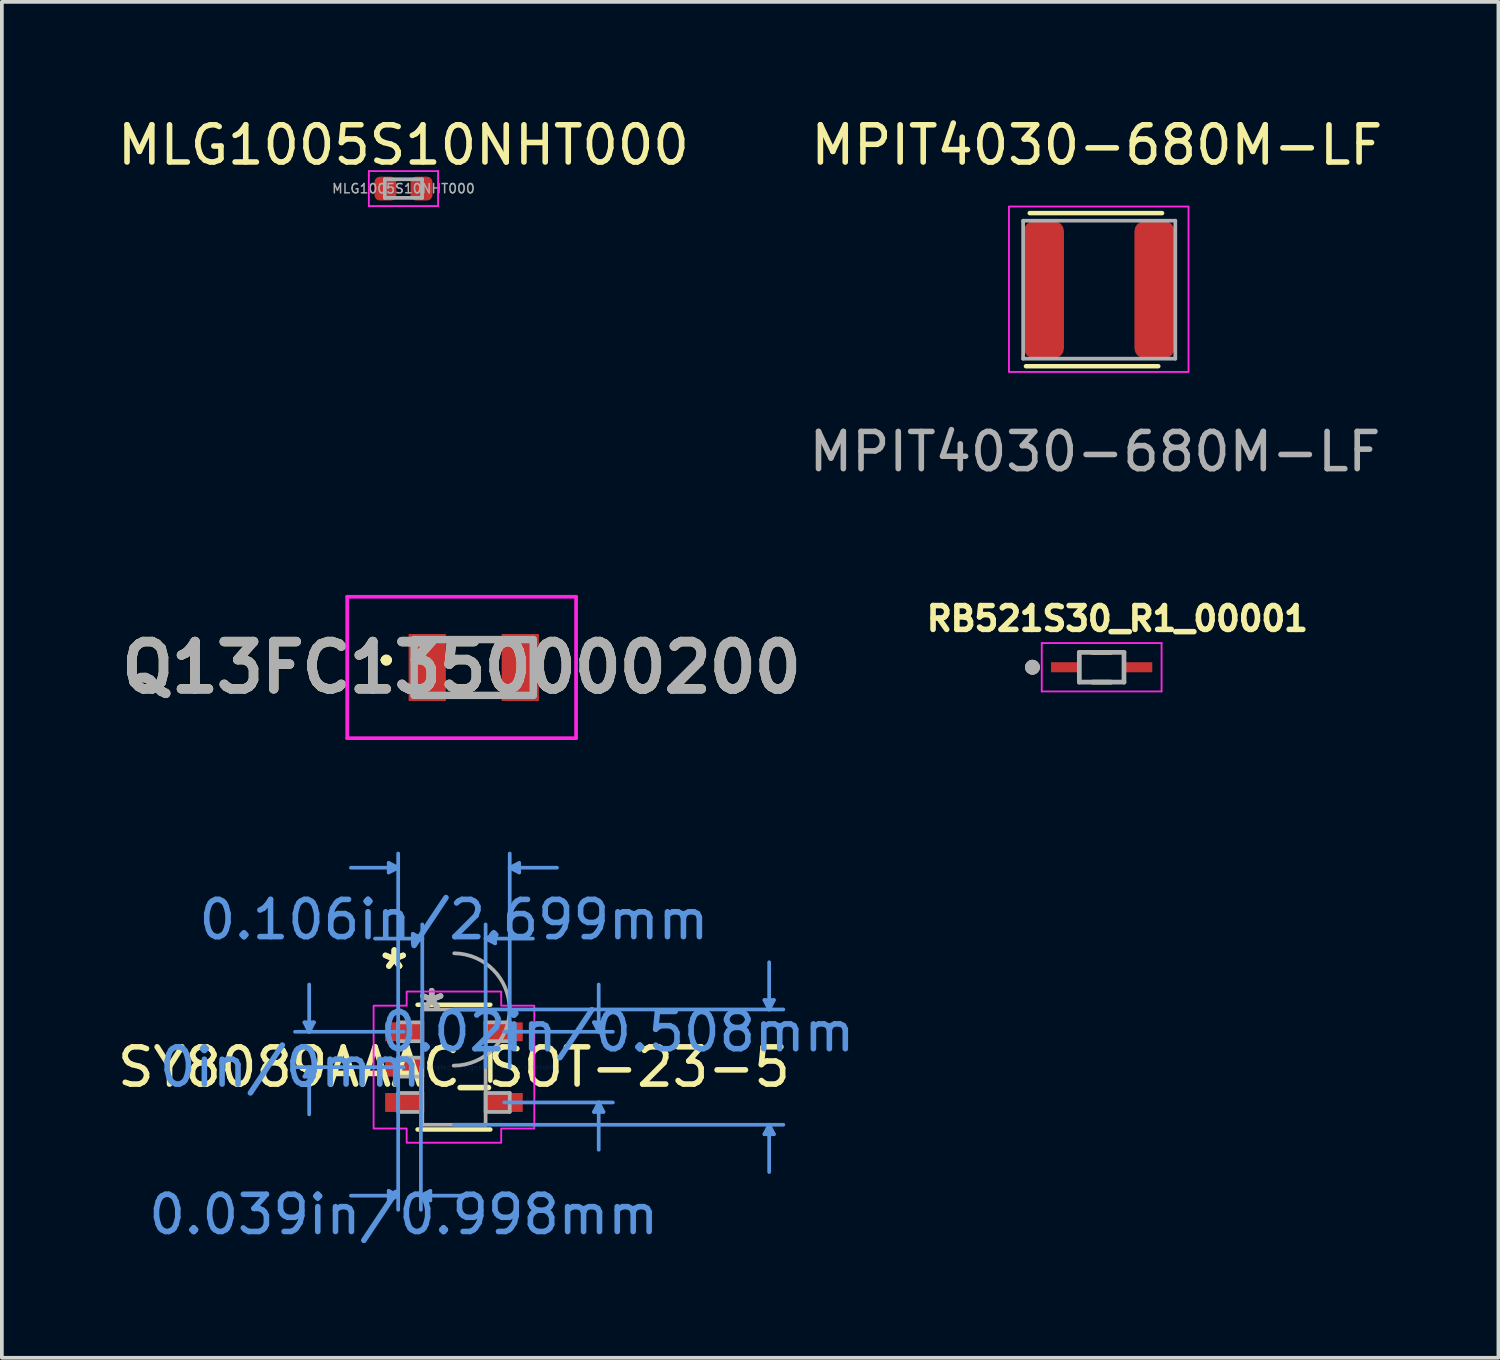
<source format=kicad_pcb>
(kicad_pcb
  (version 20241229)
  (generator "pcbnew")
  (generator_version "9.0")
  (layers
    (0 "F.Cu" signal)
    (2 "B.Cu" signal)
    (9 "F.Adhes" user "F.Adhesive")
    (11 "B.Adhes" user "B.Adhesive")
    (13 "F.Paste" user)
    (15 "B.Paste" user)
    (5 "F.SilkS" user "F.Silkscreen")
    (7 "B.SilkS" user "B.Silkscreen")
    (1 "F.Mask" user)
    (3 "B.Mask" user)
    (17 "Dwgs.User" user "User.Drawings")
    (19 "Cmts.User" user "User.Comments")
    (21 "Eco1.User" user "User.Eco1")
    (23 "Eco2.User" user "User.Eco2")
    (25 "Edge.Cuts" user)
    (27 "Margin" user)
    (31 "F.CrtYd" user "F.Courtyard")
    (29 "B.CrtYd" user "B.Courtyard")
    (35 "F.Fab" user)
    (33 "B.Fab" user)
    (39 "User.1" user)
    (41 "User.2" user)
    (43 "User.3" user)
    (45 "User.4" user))
  (footprint "MPIT4030-680M-LF"
    (layer "F.Cu")
    (at 26.375 6.589)
    (property "Reference" "MPIT4030-680M-LF" (at 0.051 -5.74 0) (unlocked yes) (layer "F.SilkS") (effects (font (size 1 1) (thickness 0.15))))
    (attr smd)
    (fp_line (start -1.854 0.203) (end 1.702 0.203) (stroke (width 0.12) (type solid)) (layer "F.SilkS"))
    (fp_line (start -1.753 -3.912) (end 1.803 -3.912) (stroke (width 0.12) (type solid)) (layer "F.SilkS"))
    (fp_rect (start -2.311 -4.089) (end 2.515 0.356) (stroke (width 0.05) (type solid)) (fill no) (layer "F.CrtYd"))
    (fp_line (start -1.93 -3.708) (end 2.159 -3.708) (stroke (width 0.1) (type solid)) (layer "F.Fab"))
    (fp_line (start -1.93 0) (end -1.93 -3.708) (stroke (width 0.1) (type solid)) (layer "F.Fab"))
    (fp_line (start 2.159 0) (end -1.93 0) (stroke (width 0.1) (type solid)) (layer "F.Fab"))
    (fp_line (start 2.159 0) (end 2.159 -3.708) (stroke (width 0.1) (type solid)) (layer "F.Fab"))
    (fp_text user "${REFERENCE}" (at 0 2.5 0) (unlocked yes) (layer "F.Fab") (effects (font (size 1 1) (thickness 0.15))))
    (pad "1" smd roundrect (at -1.372 -1.854 90) (size 3.683 1.079) (layers "F.Cu" "F.Mask" "F.Paste") (roundrect_rratio 0.25))
    (pad "2" smd roundrect (at 1.6 -1.854 90) (size 3.683 1.079) (layers "F.Cu" "F.Mask" "F.Paste") (roundrect_rratio 0.25)))
  (footprint "RB521S30_R1_00001"
    (layer "F.Cu")
    (at 26.555 14.881)
    (property "Reference" "RB521S30_R1_00001" (at 0.422 -1.306 0) (layer "F.SilkS") (effects (font (size 0.64 0.64) (thickness 0.15))))
    (attr smd)
    (fp_line (start -0.25 -0.4) (end 0.25 -0.4) (stroke (width 0.127) (type solid)) (layer "F.SilkS"))
    (fp_line (start -0.25 0.4) (end 0.25 0.4) (stroke (width 0.127) (type solid)) (layer "F.SilkS"))
    (fp_circle (center -1.86 0) (end -1.76 0) (stroke (width 0.2) (type solid)) (fill no) (layer "F.SilkS"))
    (fp_line (start -1.61 -0.65) (end -1.61 0.65) (stroke (width 0.05) (type solid)) (layer "F.CrtYd"))
    (fp_line (start -1.61 0.65) (end 1.61 0.65) (stroke (width 0.05) (type solid)) (layer "F.CrtYd"))
    (fp_line (start 1.61 -0.65) (end -1.61 -0.65) (stroke (width 0.05) (type solid)) (layer "F.CrtYd"))
    (fp_line (start 1.61 0.65) (end 1.61 -0.65) (stroke (width 0.05) (type solid)) (layer "F.CrtYd"))
    (fp_line (start -0.6 -0.4) (end -0.6 0.4) (stroke (width 0.127) (type solid)) (layer "F.Fab"))
    (fp_line (start -0.6 -0.4) (end 0.6 -0.4) (stroke (width 0.127) (type solid)) (layer "F.Fab"))
    (fp_line (start -0.6 0.4) (end 0.6 0.4) (stroke (width 0.127) (type solid)) (layer "F.Fab"))
    (fp_line (start 0.6 -0.4) (end 0.6 0.4) (stroke (width 0.127) (type solid)) (layer "F.Fab"))
    (fp_circle (center -1.86 0) (end -1.76 0) (stroke (width 0.2) (type solid)) (fill no) (layer "F.Fab"))
    (pad "1" smd rect (at -0.965 0) (size 0.79 0.27) (layers "F.Cu" "F.Mask" "F.Paste"))
    (pad "2" smd rect (at 0.965 0) (size 0.79 0.27) (layers "F.Cu" "F.Mask" "F.Paste")))
  (footprint "SY8089AAAC_SOT-23-5"
    (layer "F.Cu")
    (at 9.149 25.627)
    (property "Reference" "SY8089AAAC_SOT-23-5" (at 0 0 0) (layer "F.SilkS") (effects (font (size 1 1) (thickness 0.15))))
    (attr through_hole)
    (fp_line (start -0.978 1.676) (end 0.978 1.676) (stroke (width 0.12) (type solid)) (layer "F.SilkS"))
    (fp_line (start 0.978 -1.676) (end -0.978 -1.676) (stroke (width 0.12) (type solid)) (layer "F.SilkS"))
    (fp_line (start 0.978 0.363) (end 0.978 -0.363) (stroke (width 0.12) (type solid)) (layer "F.SilkS"))
    (fp_line (start -4.017 -1.204) (end -3.763 -1.204) (stroke (width 0.1) (type solid)) (layer "Cmts.User"))
    (fp_line (start -4.017 0.254) (end -3.763 0.254) (stroke (width 0.1) (type solid)) (layer "Cmts.User"))
    (fp_line (start -3.89 -0.95) (end -4.017 -1.204) (stroke (width 0.1) (type solid)) (layer "Cmts.User"))
    (fp_line (start -3.89 -0.95) (end -3.89 -2.22) (stroke (width 0.1) (type solid)) (layer "Cmts.User"))
    (fp_line (start -3.89 -0.95) (end -3.763 -1.204) (stroke (width 0.1) (type solid)) (layer "Cmts.User"))
    (fp_line (start -3.89 0) (end -4.017 0.254) (stroke (width 0.1) (type solid)) (layer "Cmts.User"))
    (fp_line (start -3.89 0) (end -3.89 1.27) (stroke (width 0.1) (type solid)) (layer "Cmts.User"))
    (fp_line (start -3.89 0) (end -3.763 0.254) (stroke (width 0.1) (type solid)) (layer "Cmts.User"))
    (fp_line (start -1.753 -5.486) (end -1.753 -5.232) (stroke (width 0.1) (type solid)) (layer "Cmts.User"))
    (fp_line (start -1.753 3.327) (end -1.753 3.581) (stroke (width 0.1) (type solid)) (layer "Cmts.User"))
    (fp_line (start -1.499 -5.359) (end -2.769 -5.359) (stroke (width 0.1) (type solid)) (layer "Cmts.User"))
    (fp_line (start -1.499 -5.359) (end -1.753 -5.486) (stroke (width 0.1) (type solid)) (layer "Cmts.User"))
    (fp_line (start -1.499 -5.359) (end -1.753 -5.232) (stroke (width 0.1) (type solid)) (layer "Cmts.User"))
    (fp_line (start -1.499 0) (end -1.499 -5.74) (stroke (width 0.1) (type solid)) (layer "Cmts.User"))
    (fp_line (start -1.499 0) (end -1.499 3.835) (stroke (width 0.1) (type solid)) (layer "Cmts.User"))
    (fp_line (start -1.499 3.454) (end -2.769 3.454) (stroke (width 0.1) (type solid)) (layer "Cmts.User"))
    (fp_line (start -1.499 3.454) (end -1.753 3.327) (stroke (width 0.1) (type solid)) (layer "Cmts.User"))
    (fp_line (start -1.499 3.454) (end -1.753 3.581) (stroke (width 0.1) (type solid)) (layer "Cmts.User"))
    (fp_line (start -1.35 -0.95) (end -4.271 -0.95) (stroke (width 0.1) (type solid)) (layer "Cmts.User"))
    (fp_line (start -1.35 0) (end -4.271 0) (stroke (width 0.1) (type solid)) (layer "Cmts.User"))
    (fp_line (start -1.105 -3.581) (end -1.105 -3.327) (stroke (width 0.1) (type solid)) (layer "Cmts.User"))
    (fp_line (start -0.889 0) (end -0.889 3.835) (stroke (width 0.1) (type solid)) (layer "Cmts.User"))
    (fp_line (start -0.889 3.454) (end -0.635 3.327) (stroke (width 0.1) (type solid)) (layer "Cmts.User"))
    (fp_line (start -0.889 3.454) (end -0.635 3.581) (stroke (width 0.1) (type solid)) (layer "Cmts.User"))
    (fp_line (start -0.889 3.454) (end 0.381 3.454) (stroke (width 0.1) (type solid)) (layer "Cmts.User"))
    (fp_line (start -0.851 -3.454) (end -2.121 -3.454) (stroke (width 0.1) (type solid)) (layer "Cmts.User"))
    (fp_line (start -0.851 -3.454) (end -1.105 -3.581) (stroke (width 0.1) (type solid)) (layer "Cmts.User"))
    (fp_line (start -0.851 -3.454) (end -1.105 -3.327) (stroke (width 0.1) (type solid)) (layer "Cmts.User"))
    (fp_line (start -0.851 0) (end -0.851 -3.835) (stroke (width 0.1) (type solid)) (layer "Cmts.User"))
    (fp_line (start -0.635 3.327) (end -0.635 3.581) (stroke (width 0.1) (type solid)) (layer "Cmts.User"))
    (fp_line (start 0 -1.549) (end 8.852 -1.549) (stroke (width 0.1) (type solid)) (layer "Cmts.User"))
    (fp_line (start 0 1.549) (end 8.852 1.549) (stroke (width 0.1) (type solid)) (layer "Cmts.User"))
    (fp_line (start 0.851 -3.454) (end 1.105 -3.581) (stroke (width 0.1) (type solid)) (layer "Cmts.User"))
    (fp_line (start 0.851 -3.454) (end 1.105 -3.327) (stroke (width 0.1) (type solid)) (layer "Cmts.User"))
    (fp_line (start 0.851 -3.454) (end 2.121 -3.454) (stroke (width 0.1) (type solid)) (layer "Cmts.User"))
    (fp_line (start 0.851 0) (end 0.851 -3.835) (stroke (width 0.1) (type solid)) (layer "Cmts.User"))
    (fp_line (start 1.105 -3.581) (end 1.105 -3.327) (stroke (width 0.1) (type solid)) (layer "Cmts.User"))
    (fp_line (start 1.35 -0.95) (end 4.271 -0.95) (stroke (width 0.1) (type solid)) (layer "Cmts.User"))
    (fp_line (start 1.35 0.95) (end 4.271 0.95) (stroke (width 0.1) (type solid)) (layer "Cmts.User"))
    (fp_line (start 1.499 -5.359) (end 1.753 -5.486) (stroke (width 0.1) (type solid)) (layer "Cmts.User"))
    (fp_line (start 1.499 -5.359) (end 1.753 -5.232) (stroke (width 0.1) (type solid)) (layer "Cmts.User"))
    (fp_line (start 1.499 -5.359) (end 2.769 -5.359) (stroke (width 0.1) (type solid)) (layer "Cmts.User"))
    (fp_line (start 1.499 0) (end 1.499 -5.74) (stroke (width 0.1) (type solid)) (layer "Cmts.User"))
    (fp_line (start 1.753 -5.486) (end 1.753 -5.232) (stroke (width 0.1) (type solid)) (layer "Cmts.User"))
    (fp_line (start 3.763 -1.204) (end 4.017 -1.204) (stroke (width 0.1) (type solid)) (layer "Cmts.User"))
    (fp_line (start 3.763 1.204) (end 4.017 1.204) (stroke (width 0.1) (type solid)) (layer "Cmts.User"))
    (fp_line (start 3.89 -0.95) (end 3.763 -1.204) (stroke (width 0.1) (type solid)) (layer "Cmts.User"))
    (fp_line (start 3.89 -0.95) (end 3.89 -2.22) (stroke (width 0.1) (type solid)) (layer "Cmts.User"))
    (fp_line (start 3.89 -0.95) (end 4.017 -1.204) (stroke (width 0.1) (type solid)) (layer "Cmts.User"))
    (fp_line (start 3.89 0.95) (end 3.763 1.204) (stroke (width 0.1) (type solid)) (layer "Cmts.User"))
    (fp_line (start 3.89 0.95) (end 3.89 2.22) (stroke (width 0.1) (type solid)) (layer "Cmts.User"))
    (fp_line (start 3.89 0.95) (end 4.017 1.204) (stroke (width 0.1) (type solid)) (layer "Cmts.User"))
    (fp_line (start 8.344 -1.803) (end 8.598 -1.803) (stroke (width 0.1) (type solid)) (layer "Cmts.User"))
    (fp_line (start 8.344 1.803) (end 8.598 1.803) (stroke (width 0.1) (type solid)) (layer "Cmts.User"))
    (fp_line (start 8.471 -1.549) (end 8.344 -1.803) (stroke (width 0.1) (type solid)) (layer "Cmts.User"))
    (fp_line (start 8.471 -1.549) (end 8.471 -2.819) (stroke (width 0.1) (type solid)) (layer "Cmts.User"))
    (fp_line (start 8.471 -1.549) (end 8.598 -1.803) (stroke (width 0.1) (type solid)) (layer "Cmts.User"))
    (fp_line (start 8.471 1.549) (end 8.344 1.803) (stroke (width 0.1) (type solid)) (layer "Cmts.User"))
    (fp_line (start 8.471 1.549) (end 8.471 2.819) (stroke (width 0.1) (type solid)) (layer "Cmts.User"))
    (fp_line (start 8.471 1.549) (end 8.598 1.803) (stroke (width 0.1) (type solid)) (layer "Cmts.User"))
    (fp_poly (pts (xy 1.27 -1.651) (xy 2.159 -1.651) (xy 2.159 1.651) (xy 1.27 1.651) (xy 1.27 2.032) (xy -1.27 2.032) (xy -1.27 1.651) (xy -2.159 1.651) (xy -2.159 -1.651) (xy -1.27 -1.651) (xy -1.27 -2.032) (xy 1.27 -2.032)) (stroke (width 0.05) (type solid)) (fill no) (layer "F.CrtYd"))
    (fp_line (start -1.499 -1.204) (end -1.499 -0.696) (stroke (width 0.1) (type solid)) (layer "F.Fab"))
    (fp_line (start -1.499 -0.696) (end -0.851 -0.696) (stroke (width 0.1) (type solid)) (layer "F.Fab"))
    (fp_line (start -1.499 -0.254) (end -1.499 0.254) (stroke (width 0.1) (type solid)) (layer "F.Fab"))
    (fp_line (start -1.499 0.254) (end -0.851 0.254) (stroke (width 0.1) (type solid)) (layer "F.Fab"))
    (fp_line (start -1.499 0.696) (end -1.499 1.204) (stroke (width 0.1) (type solid)) (layer "F.Fab"))
    (fp_line (start -1.499 1.204) (end -0.851 1.204) (stroke (width 0.1) (type solid)) (layer "F.Fab"))
    (fp_line (start -0.851 -1.549) (end -0.851 1.549) (stroke (width 0.1) (type solid)) (layer "F.Fab"))
    (fp_line (start -0.851 -1.204) (end -1.499 -1.204) (stroke (width 0.1) (type solid)) (layer "F.Fab"))
    (fp_line (start -0.851 -0.696) (end -0.851 -1.204) (stroke (width 0.1) (type solid)) (layer "F.Fab"))
    (fp_line (start -0.851 -0.254) (end -1.499 -0.254) (stroke (width 0.1) (type solid)) (layer "F.Fab"))
    (fp_line (start -0.851 0.254) (end -0.851 -0.254) (stroke (width 0.1) (type solid)) (layer "F.Fab"))
    (fp_line (start -0.851 0.696) (end -1.499 0.696) (stroke (width 0.1) (type solid)) (layer "F.Fab"))
    (fp_line (start -0.851 1.204) (end -0.851 0.696) (stroke (width 0.1) (type solid)) (layer "F.Fab"))
    (fp_line (start -0.851 1.549) (end 0.851 1.549) (stroke (width 0.1) (type solid)) (layer "F.Fab"))
    (fp_line (start 0.851 -1.549) (end -0.851 -1.549) (stroke (width 0.1) (type solid)) (layer "F.Fab"))
    (fp_line (start 0.851 -1.204) (end 0.851 -0.696) (stroke (width 0.1) (type solid)) (layer "F.Fab"))
    (fp_line (start 0.851 -0.696) (end 1.499 -0.696) (stroke (width 0.1) (type solid)) (layer "F.Fab"))
    (fp_line (start 0.851 0.696) (end 0.851 1.204) (stroke (width 0.1) (type solid)) (layer "F.Fab"))
    (fp_line (start 0.851 1.204) (end 1.499 1.204) (stroke (width 0.1) (type solid)) (layer "F.Fab"))
    (fp_line (start 0.851 1.549) (end 0.851 -1.549) (stroke (width 0.1) (type solid)) (layer "F.Fab"))
    (fp_line (start 1.499 -1.204) (end 0.851 -1.204) (stroke (width 0.1) (type solid)) (layer "F.Fab"))
    (fp_line (start 1.499 -0.696) (end 1.499 -1.204) (stroke (width 0.1) (type solid)) (layer "F.Fab"))
    (fp_line (start 1.499 0.696) (end 0.851 0.696) (stroke (width 0.1) (type solid)) (layer "F.Fab"))
    (fp_line (start 1.499 1.204) (end 1.499 0.696) (stroke (width 0.1) (type solid)) (layer "F.Fab"))
    (fp_arc (start 0.007742 -3.059445) (mid 1.510045 -1.541658) (end -0.007742 -0.039355) (stroke (width 0.1) (type solid)) (layer "F.Fab"))
    (fp_text user "*" (at -1.604 -2.601 0) (layer "F.SilkS") (effects (font (size 1 1) (thickness 0.15))))
    (fp_text user "*" (at -1.604 -2.601 0) (layer "F.SilkS") (effects (font (size 1 1) (thickness 0.15))))
    (fp_text user "0in/0mm" (at -4.398 0 0) (layer "Cmts.User") (effects (font (size 1 1) (thickness 0.15))))
    (fp_text user "0.106in/2.699mm" (at 0 -3.962 0) (layer "Cmts.User") (effects (font (size 1 1) (thickness 0.15))))
    (fp_text user "Copyright 2021 Accelerated Designs. All rights reserved." (at 0 0 0) (layer "Cmts.User") (effects (font (size 0.127 0.127) (thickness 0.002))))
    (fp_text user "0.02in/0.508mm" (at 4.398 -0.95 0) (layer "Cmts.User") (effects (font (size 1 1) (thickness 0.15))))
    (fp_text user "0.039in/0.998mm" (at -1.35 3.962 0) (layer "Cmts.User") (effects (font (size 1 1) (thickness 0.15))))
    (fp_text user "*" (at -0.597 -1.509 0) (layer "F.Fab") (effects (font (size 1 1) (thickness 0.15))))
    (fp_text user "*" (at -0.597 -1.509 0) (layer "F.Fab") (effects (font (size 1 1) (thickness 0.15))))
    (pad "1" smd rect (at -1.35 -0.95) (size 0.998 0.508) (layers "F.Cu" "F.Mask" "F.Paste"))
    (pad "2" smd rect (at -1.35 0) (size 0.998 0.508) (layers "F.Cu" "F.Mask" "F.Paste"))
    (pad "3" smd rect (at -1.35 0.95) (size 0.998 0.508) (layers "F.Cu" "F.Mask" "F.Paste"))
    (pad "4" smd rect (at 1.35 0.95) (size 0.998 0.508) (layers "F.Cu" "F.Mask" "F.Paste"))
    (pad "5" smd rect (at 1.35 -0.95) (size 0.998 0.508) (layers "F.Cu" "F.Mask" "F.Paste")))
  (footprint "Q13FC1350000200"
    (layer "F.Cu")
    (at 9.681 14.887)
    (property "Reference" "Q13FC1350000200" (at -0.325 0 0) (layer "F.SilkS") (effects (font (size 1.27 1.27) (thickness 0.254))))
    (attr smd)
    (fp_line (start -2.4 -0.2) (end -2.4 -0.2) (stroke (width 0.2) (type solid)) (layer "F.SilkS"))
    (fp_line (start -2.4 -0.2) (end -2.4 -0.2) (stroke (width 0.2) (type solid)) (layer "F.SilkS"))
    (fp_line (start -2.3 -0.2) (end -2.3 -0.2) (stroke (width 0.2) (type solid)) (layer "F.SilkS"))
    (fp_line (start -0.25 -0.75) (end -0.25 -0.75) (stroke (width 0.1) (type solid)) (layer "F.SilkS"))
    (fp_line (start -0.25 -0.75) (end 0.25 -0.75) (stroke (width 0.1) (type solid)) (layer "F.SilkS"))
    (fp_line (start -0.25 0.75) (end -0.25 0.75) (stroke (width 0.1) (type solid)) (layer "F.SilkS"))
    (fp_line (start -0.25 0.75) (end 0.25 0.75) (stroke (width 0.1) (type solid)) (layer "F.SilkS"))
    (fp_line (start 0.25 -0.75) (end -0.25 -0.75) (stroke (width 0.1) (type solid)) (layer "F.SilkS"))
    (fp_line (start 0.25 -0.75) (end 0.25 -0.75) (stroke (width 0.1) (type solid)) (layer "F.SilkS"))
    (fp_line (start 0.25 0.75) (end -0.25 0.75) (stroke (width 0.1) (type solid)) (layer "F.SilkS"))
    (fp_line (start 0.25 0.75) (end 0.25 0.75) (stroke (width 0.1) (type solid)) (layer "F.SilkS"))
    (fp_arc (start -2.4 -0.2) (mid -2.35 -0.25) (end -2.3 -0.2) (stroke (width 0.2) (type solid)) (layer "F.SilkS"))
    (fp_arc (start -2.3 -0.2) (mid -2.35 -0.15) (end -2.4 -0.2) (stroke (width 0.2) (type solid)) (layer "F.SilkS"))
    (fp_arc (start -2.3 -0.2) (mid -2.35 -0.15) (end -2.4 -0.2) (stroke (width 0.2) (type solid)) (layer "F.SilkS"))
    (fp_line (start -3.4 -1.9) (end 2.75 -1.9) (stroke (width 0.1) (type solid)) (layer "F.CrtYd"))
    (fp_line (start -3.4 1.9) (end -3.4 -1.9) (stroke (width 0.1) (type solid)) (layer "F.CrtYd"))
    (fp_line (start 2.75 -1.9) (end 2.75 1.9) (stroke (width 0.1) (type solid)) (layer "F.CrtYd"))
    (fp_line (start 2.75 1.9) (end -3.4 1.9) (stroke (width 0.1) (type solid)) (layer "F.CrtYd"))
    (fp_line (start -1.6 -0.75) (end -1.6 0.75) (stroke (width 0.2) (type solid)) (layer "F.Fab"))
    (fp_line (start -1.6 0.75) (end 1.6 0.75) (stroke (width 0.2) (type solid)) (layer "F.Fab"))
    (fp_line (start 1.6 -0.75) (end -1.6 -0.75) (stroke (width 0.2) (type solid)) (layer "F.Fab"))
    (fp_line (start 1.6 0.75) (end 1.6 -0.75) (stroke (width 0.2) (type solid)) (layer "F.Fab"))
    (fp_text user "${REFERENCE}" (at -0.325 0 0) (layer "F.Fab") (effects (font (size 1.27 1.27) (thickness 0.254))))
    (pad "1" smd rect (at -1.25 0) (size 1 1.8) (layers "F.Cu" "F.Mask" "F.Paste"))
    (pad "2" smd rect (at 1.25 0) (size 1 1.8) (layers "F.Cu" "F.Mask" "F.Paste")))
  (footprint "MLG1005S10NHT000"
    (layer "F.Cu")
    (at 7.792 2.018)
    (property "Reference" "MLG1005S10NHT000" (at 0 -1.17 0) (layer "F.SilkS") (effects (font (size 1 1) (thickness 0.15))))
    (attr smd)
    (fp_line (start -0.93 -0.47) (end 0.93 -0.47) (stroke (width 0.05) (type solid)) (layer "F.CrtYd"))
    (fp_line (start -0.93 0.47) (end -0.93 -0.47) (stroke (width 0.05) (type solid)) (layer "F.CrtYd"))
    (fp_line (start 0.93 -0.47) (end 0.93 0.47) (stroke (width 0.05) (type solid)) (layer "F.CrtYd"))
    (fp_line (start 0.93 0.47) (end -0.93 0.47) (stroke (width 0.05) (type solid)) (layer "F.CrtYd"))
    (fp_line (start -0.5 -0.25) (end 0.5 -0.25) (stroke (width 0.1) (type solid)) (layer "F.Fab"))
    (fp_line (start -0.5 0.25) (end -0.5 -0.25) (stroke (width 0.1) (type solid)) (layer "F.Fab"))
    (fp_line (start 0.5 -0.25) (end 0.5 0.25) (stroke (width 0.1) (type solid)) (layer "F.Fab"))
    (fp_line (start 0.5 0.25) (end -0.5 0.25) (stroke (width 0.1) (type solid)) (layer "F.Fab"))
    (fp_text user "${REFERENCE}" (at 0 0 0) (layer "F.Fab") (effects (font (size 0.25 0.25) (thickness 0.04))))
    (pad "1" smd roundrect (at -0.485 0) (size 0.59 0.64) (layers "F.Cu" "F.Mask" "F.Paste") (roundrect_rratio 0.25))
    (pad "2" smd roundrect (at 0.485 0) (size 0.59 0.64) (layers "F.Cu" "F.Mask" "F.Paste") (roundrect_rratio 0.25)))
  (gr_rect
    (start -3 -3)
    (end 37.217 33.438)
    (stroke (width 0.1) (type default))
    (fill no)
    (layer "Edge.Cuts")))
</source>
